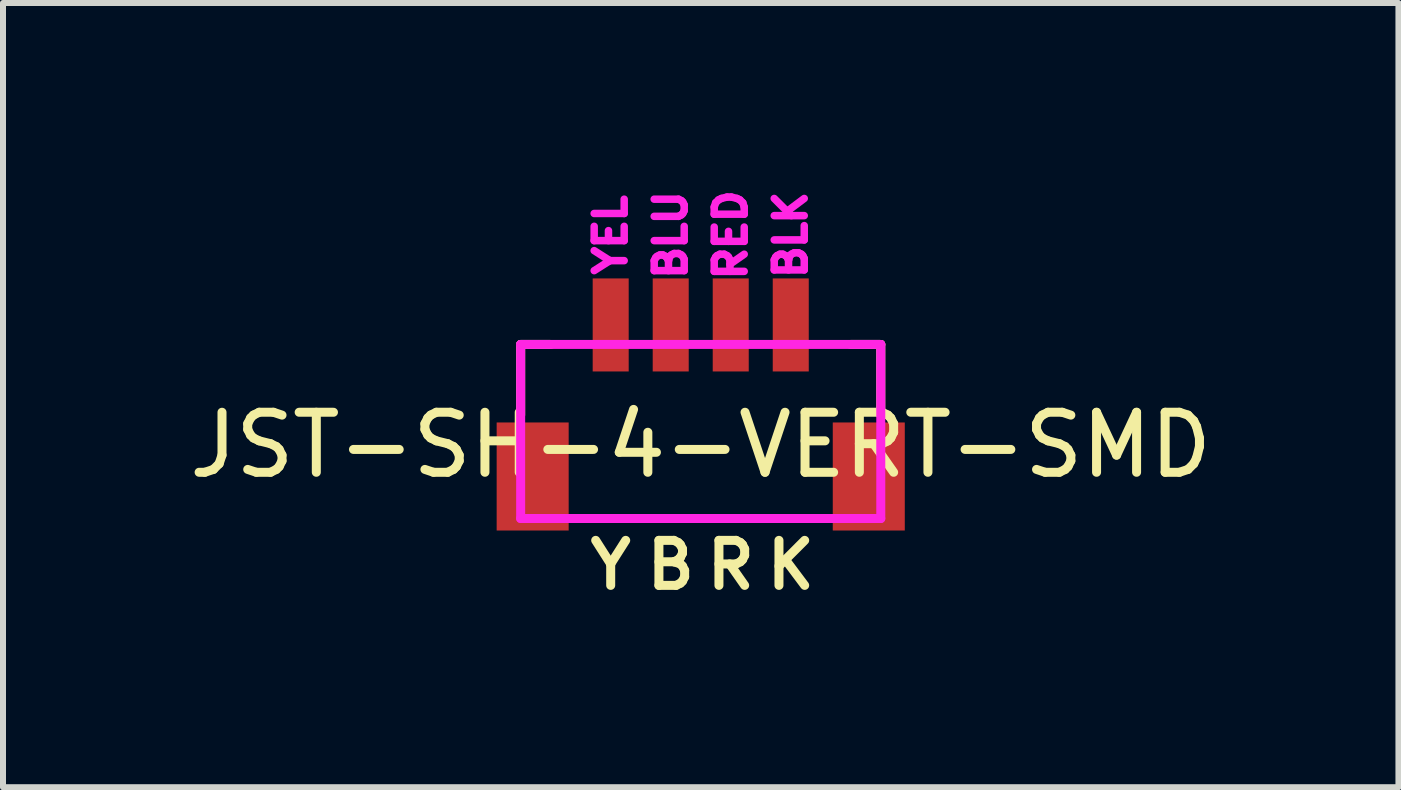
<source format=kicad_pcb>
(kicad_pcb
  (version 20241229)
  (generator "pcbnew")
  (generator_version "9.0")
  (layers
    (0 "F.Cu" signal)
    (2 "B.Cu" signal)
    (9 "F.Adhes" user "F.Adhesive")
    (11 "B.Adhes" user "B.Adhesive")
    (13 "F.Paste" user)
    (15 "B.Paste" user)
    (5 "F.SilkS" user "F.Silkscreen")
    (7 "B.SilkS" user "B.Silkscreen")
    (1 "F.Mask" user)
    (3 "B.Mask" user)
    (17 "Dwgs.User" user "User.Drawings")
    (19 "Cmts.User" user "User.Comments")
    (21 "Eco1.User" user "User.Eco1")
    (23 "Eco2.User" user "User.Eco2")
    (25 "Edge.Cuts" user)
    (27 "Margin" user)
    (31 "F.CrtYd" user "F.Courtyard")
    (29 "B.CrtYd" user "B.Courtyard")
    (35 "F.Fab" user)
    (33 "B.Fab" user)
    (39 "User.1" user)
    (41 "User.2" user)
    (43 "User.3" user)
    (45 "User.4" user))
  (footprint "JST-SH-4-VERT-SMD"
    (layer "F.Cu")
    (at 8.625 2.364)
    (property "Reference" "JST-SH-4-VERT-SMD" (at 0 2 0) (layer "F.SilkS") (effects (font (size 1 1) (thickness 0.15))))
    (attr smd)
    (fp_line (start -3 1.5) (end -3 0.325) (stroke (width 0.15) (type solid)) (layer "F.SilkS"))
    (fp_line (start -2.5 0.325) (end -3 0.325) (stroke (width 0.15) (type solid)) (layer "F.SilkS"))
    (fp_line (start -2 3.225) (end 2 3.225) (stroke (width 0.15) (type solid)) (layer "F.SilkS"))
    (fp_line (start 2.5 0.325) (end 3 0.325) (stroke (width 0.15) (type solid)) (layer "F.SilkS"))
    (fp_line (start 3 1.5) (end 3 0.325) (stroke (width 0.15) (type solid)) (layer "F.SilkS"))
    (fp_line (start -3 0.325) (end -3 3.225) (stroke (width 0.15) (type solid)) (layer "F.CrtYd"))
    (fp_line (start -3 0.325) (end 3 0.325) (stroke (width 0.15) (type solid)) (layer "F.CrtYd"))
    (fp_line (start -3 3.225) (end 3 3.225) (stroke (width 0.15) (type solid)) (layer "F.CrtYd"))
    (fp_line (start 3 0.325) (end 3 3.225) (stroke (width 0.15) (type solid)) (layer "F.CrtYd"))
    (fp_text user "Y" (at -1.5 4 0) (layer "F.SilkS") (effects (font (size 0.75 0.75) (thickness 0.15))))
    (fp_text user "R" (at 0.5 4 0) (layer "F.SilkS") (effects (font (size 0.75 0.75) (thickness 0.15))))
    (fp_text user "B" (at -0.5 4 0) (layer "F.SilkS") (effects (font (size 0.75 0.75) (thickness 0.15))))
    (fp_text user "K" (at 1.5 4 0) (layer "F.SilkS") (effects (font (size 0.75 0.75) (thickness 0.15))))
    (fp_text user "BLK" (at 1.5 -1.5 90) (layer "F.CrtYd") (effects (font (size 0.5 0.5) (thickness 0.125))))
    (fp_text user "BLU" (at -0.5 -1.5 90) (layer "F.CrtYd") (effects (font (size 0.5 0.5) (thickness 0.125))))
    (fp_text user "RED" (at 0.5 -1.5 90) (layer "F.CrtYd") (effects (font (size 0.5 0.5) (thickness 0.125))))
    (fp_text user "YEL" (at -1.5 -1.5 90) (layer "F.CrtYd") (effects (font (size 0.5 0.5) (thickness 0.125))))
    (pad "1" smd rect (at 1.5 0) (size 0.6 1.55) (layers "F.Cu" "F.Mask" "F.Paste"))
    (pad "2" smd rect (at 0.5 0) (size 0.6 1.55) (layers "F.Cu" "F.Mask" "F.Paste"))
    (pad "3" smd rect (at -0.5 0) (size 0.6 1.55) (layers "F.Cu" "F.Mask" "F.Paste"))
    (pad "4" smd rect (at -1.5 0) (size 0.6 1.55) (layers "F.Cu" "F.Mask" "F.Paste"))
    (pad "M" smd rect (at -2.8 2.525) (size 1.2 1.8) (layers "F.Cu" "F.Mask" "F.Paste"))
    (pad "M" smd rect (at 2.8 2.525) (size 1.2 1.8) (layers "F.Cu" "F.Mask" "F.Paste")))
  (gr_rect
    (start -3 -3)
    (end 20.25 10.066)
    (stroke (width 0.1) (type default))
    (fill no)
    (layer "Edge.Cuts")))
</source>
